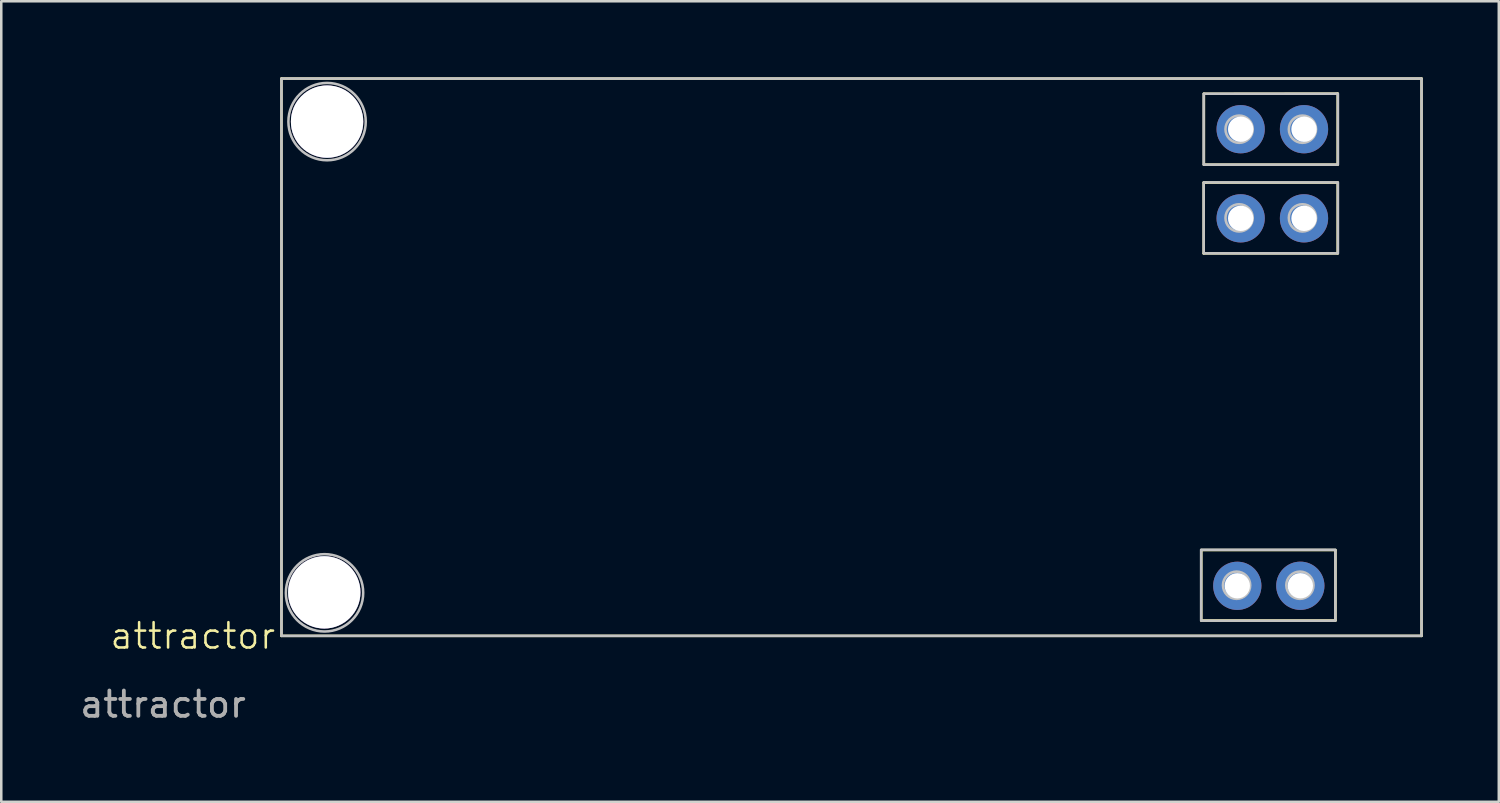
<source format=kicad_pcb>
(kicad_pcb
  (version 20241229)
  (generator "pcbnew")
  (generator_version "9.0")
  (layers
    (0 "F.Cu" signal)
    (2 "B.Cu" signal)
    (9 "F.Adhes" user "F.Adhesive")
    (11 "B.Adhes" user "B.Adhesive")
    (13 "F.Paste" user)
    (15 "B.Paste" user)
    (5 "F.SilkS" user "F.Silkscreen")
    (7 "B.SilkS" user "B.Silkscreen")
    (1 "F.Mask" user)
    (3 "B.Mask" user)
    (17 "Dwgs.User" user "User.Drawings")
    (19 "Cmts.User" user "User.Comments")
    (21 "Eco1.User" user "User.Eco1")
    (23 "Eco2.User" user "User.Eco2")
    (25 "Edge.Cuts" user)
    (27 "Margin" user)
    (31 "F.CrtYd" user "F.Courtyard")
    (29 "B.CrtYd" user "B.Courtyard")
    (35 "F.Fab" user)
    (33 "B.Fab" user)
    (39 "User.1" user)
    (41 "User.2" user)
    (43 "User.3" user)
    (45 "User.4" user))
  (footprint "attractor"
    (layer "F.Cu")
    (at 4.56 22.55)
    (property "Reference" "attractor" (at 0 -0.5 0) (unlocked yes) (layer "F.SilkS") (effects (font (size 1 1) (thickness 0.1))))
    (attr smd)
    (fp_line (start 3.5 -22.5) (end 3.5 -0.5) (stroke (width 0.1) (type default)) (layer "F.SilkS"))
    (fp_line (start 3.5 -0.5) (end 48.5 -0.5) (stroke (width 0.1) (type default)) (layer "F.SilkS"))
    (fp_line (start 39.808 -3.887) (end 39.808 -1.108) (stroke (width 0.1) (type default)) (layer "F.SilkS"))
    (fp_line (start 39.808 -1.108) (end 45.103 -1.108) (stroke (width 0.1) (type default)) (layer "F.SilkS"))
    (fp_line (start 39.902 -15.597) (end 39.902 -18.392) (stroke (width 0.1) (type default)) (layer "F.SilkS"))
    (fp_line (start 39.91 -21.9) (end 45.189 -21.907) (stroke (width 0.1) (type default)) (layer "F.SilkS"))
    (fp_line (start 39.91 -19.104) (end 39.91 -21.9) (stroke (width 0.1) (type default)) (layer "F.SilkS"))
    (fp_line (start 40 -18.392) (end 39.902 -18.392) (stroke (width 0.1) (type default)) (layer "F.SilkS"))
    (fp_line (start 45.097 -3.887) (end 39.808 -3.887) (stroke (width 0.1) (type default)) (layer "F.SilkS"))
    (fp_line (start 45.103 -1.108) (end 45.103 -3.887) (stroke (width 0.1) (type default)) (layer "F.SilkS"))
    (fp_line (start 45.189 -21.907) (end 45.189 -19.104) (stroke (width 0.1) (type default)) (layer "F.SilkS"))
    (fp_line (start 45.189 -19.104) (end 39.91 -19.104) (stroke (width 0.1) (type default)) (layer "F.SilkS"))
    (fp_line (start 45.189 -18.393) (end 40 -18.392) (stroke (width 0.1) (type default)) (layer "F.SilkS"))
    (fp_line (start 45.189 -18.393) (end 45.189 -15.597) (stroke (width 0.1) (type default)) (layer "F.SilkS"))
    (fp_line (start 45.189 -15.597) (end 39.902 -15.597) (stroke (width 0.1) (type default)) (layer "F.SilkS"))
    (fp_line (start 48.5 -22.5) (end 3.5 -22.5) (stroke (width 0.1) (type default)) (layer "F.SilkS"))
    (fp_line (start 48.5 -0.5) (end 48.5 -22.5) (stroke (width 0.1) (type default)) (layer "F.SilkS"))
    (fp_rect (start 3.5 -22.5) (end 48.5 -0.5) (stroke (width 0.1) (type default)) (fill no) (layer "Dwgs.User"))
    (fp_rect (start 39.8 -3.9) (end 45.1 -1.1) (stroke (width 0.1) (type default)) (fill no) (layer "Dwgs.User"))
    (fp_rect (start 39.9 -21.9) (end 45.2 -19.1) (stroke (width 0.1) (type default)) (fill no) (layer "Dwgs.User"))
    (fp_rect (start 39.9 -18.4) (end 45.2 -15.6) (stroke (width 0.1) (type default)) (fill no) (layer "Dwgs.User"))
    (fp_circle (center 5.2 -2.2) (end 6.5 -1.4) (stroke (width 0.1) (type default)) (fill no) (layer "Dwgs.User"))
    (fp_circle (center 5.3 -20.8) (end 6.6 -20) (stroke (width 0.1) (type default)) (fill no) (layer "Dwgs.User"))
    (fp_circle (center 41.2 -2.5) (end 41 -3) (stroke (width 0.1) (type default)) (fill no) (layer "Dwgs.User"))
    (fp_circle (center 41.3 -20.5) (end 41.1 -21) (stroke (width 0.1) (type default)) (fill no) (layer "Dwgs.User"))
    (fp_circle (center 41.3 -17) (end 41.1 -17.5) (stroke (width 0.1) (type default)) (fill no) (layer "Dwgs.User"))
    (fp_circle (center 43.7 -2.5) (end 43.5 -3) (stroke (width 0.1) (type default)) (fill no) (layer "Dwgs.User"))
    (fp_circle (center 43.8 -20.5) (end 43.6 -21) (stroke (width 0.1) (type default)) (fill no) (layer "Dwgs.User"))
    (fp_circle (center 43.8 -17) (end 43.6 -17.5) (stroke (width 0.1) (type default)) (fill no) (layer "Dwgs.User"))
    (fp_text user "${REFERENCE}" (at -1.174 2.2 0) (unlocked yes) (layer "F.Fab") (effects (font (size 1 1) (thickness 0.15))))
    (pad "1" thru_hole circle (at 41.361 -16.982) (size 1.905 1.905) (drill 1) (layers "*.Cu" "*.Mask"))
    (pad "2" thru_hole circle (at 43.861 -16.982) (size 1.905 1.905) (drill 1) (layers "*.Cu" "*.Mask"))
    (pad "3" thru_hole circle (at 41.361 -20.5) (size 1.905 1.905) (drill 1) (layers "*.Cu" "*.Mask"))
    (pad "4" thru_hole circle (at 43.861 -20.5) (size 1.905 1.905) (drill 1) (layers "*.Cu" "*.Mask"))
    (pad "5" thru_hole circle (at 41.228 -2.477) (size 1.905 1.905) (drill 1) (layers "*.Cu" "*.Mask"))
    (pad "6" thru_hole circle (at 43.716 -2.479) (size 1.905 1.905) (drill 1) (layers "*.Cu" "*.Mask"))
    (pad "7" thru_hole circle (at 5.189 -2.219) (size 2.857 2.857) (drill 2.9) (layers "*.Cu" "*.Mask"))
    (pad "7" thru_hole circle (at 5.3 -20.8) (size 2.857 2.857) (drill 2.9) (layers "*.Cu" "*.Mask")))
  (gr_rect
    (start -3 -3)
    (end 56.11 28.598)
    (stroke (width 0.1) (type default))
    (fill no)
    (layer "Edge.Cuts")))
</source>
